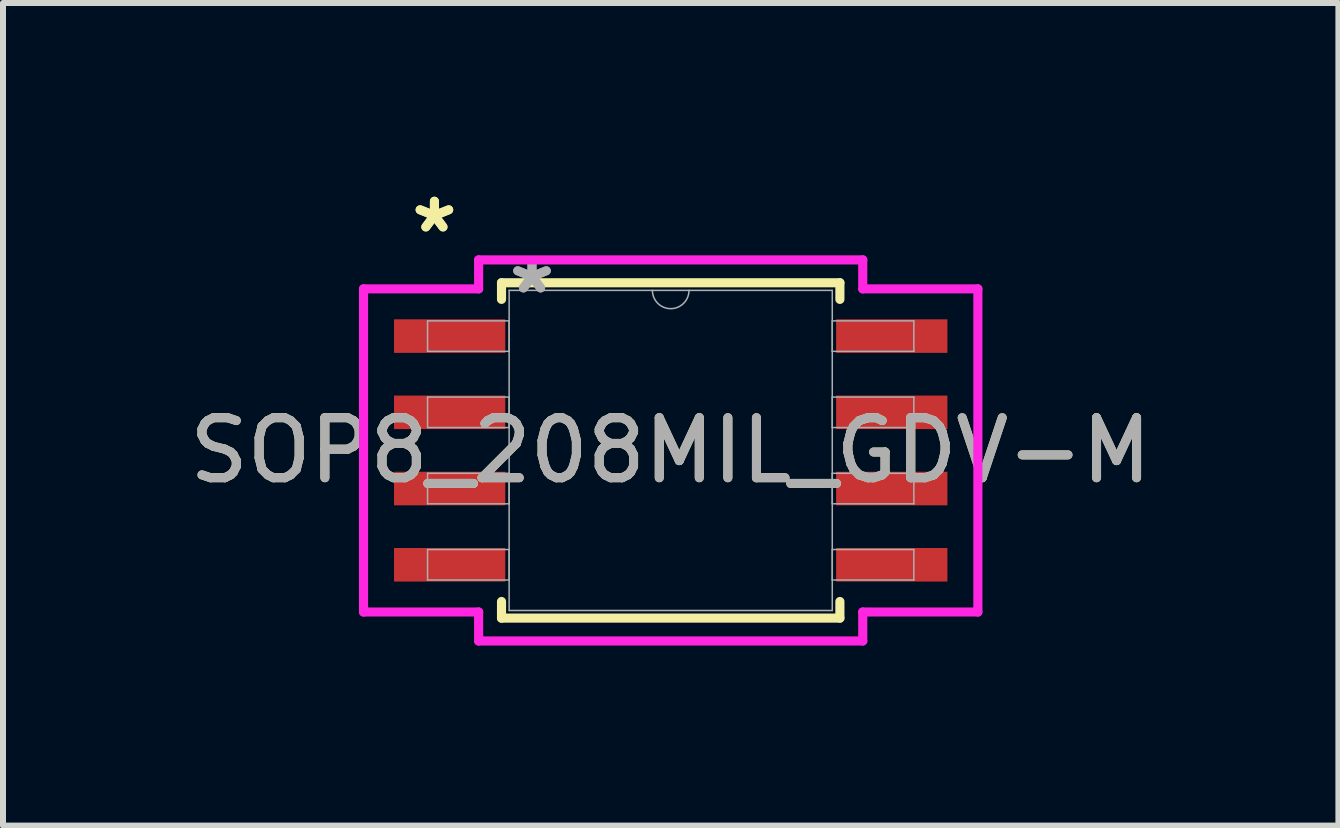
<source format=kicad_pcb>
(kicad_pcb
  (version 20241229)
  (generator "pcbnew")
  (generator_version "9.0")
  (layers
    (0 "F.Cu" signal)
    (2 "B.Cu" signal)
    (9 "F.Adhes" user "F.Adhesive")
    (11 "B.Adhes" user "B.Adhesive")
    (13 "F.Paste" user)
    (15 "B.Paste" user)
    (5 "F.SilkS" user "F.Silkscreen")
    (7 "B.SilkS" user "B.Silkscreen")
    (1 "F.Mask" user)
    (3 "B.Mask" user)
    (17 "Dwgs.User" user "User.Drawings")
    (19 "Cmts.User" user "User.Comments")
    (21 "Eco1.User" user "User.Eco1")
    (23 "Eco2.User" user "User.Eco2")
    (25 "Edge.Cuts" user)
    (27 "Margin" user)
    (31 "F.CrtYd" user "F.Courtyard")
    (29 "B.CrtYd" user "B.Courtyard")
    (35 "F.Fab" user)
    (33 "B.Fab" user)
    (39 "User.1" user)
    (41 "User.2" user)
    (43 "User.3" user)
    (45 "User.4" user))
  (footprint "SOP8_208MIL_GDV-M"
    (layer "F.Cu")
    (at 8.125 4.455)
    (property "Reference" "SOP8_208MIL_GDV-M" (at 0 0 0) (unlocked yes) (layer "F.SilkS") (effects (font (size 1 1) (thickness 0.15))))
    (attr smd)
    (fp_line (start -2.819 -2.794) (end -2.819 -2.517) (stroke (width 0.152) (type solid)) (layer "F.SilkS"))
    (fp_line (start -2.819 2.517) (end -2.819 2.794) (stroke (width 0.152) (type solid)) (layer "F.SilkS"))
    (fp_line (start -2.819 2.794) (end 2.819 2.794) (stroke (width 0.152) (type solid)) (layer "F.SilkS"))
    (fp_line (start 2.819 -2.794) (end -2.819 -2.794) (stroke (width 0.152) (type solid)) (layer "F.SilkS"))
    (fp_line (start 2.819 -2.517) (end 2.819 -2.794) (stroke (width 0.152) (type solid)) (layer "F.SilkS"))
    (fp_line (start 2.819 2.794) (end 2.819 2.517) (stroke (width 0.152) (type solid)) (layer "F.SilkS"))
    (fp_line (start -5.118 -2.692) (end -3.2 -2.692) (stroke (width 0.152) (type solid)) (layer "F.CrtYd"))
    (fp_line (start -5.118 2.692) (end -5.118 -2.692) (stroke (width 0.152) (type solid)) (layer "F.CrtYd"))
    (fp_line (start -5.118 2.692) (end -3.2 2.692) (stroke (width 0.152) (type solid)) (layer "F.CrtYd"))
    (fp_line (start -3.2 -3.175) (end 3.2 -3.175) (stroke (width 0.152) (type solid)) (layer "F.CrtYd"))
    (fp_line (start -3.2 -2.692) (end -3.2 -3.175) (stroke (width 0.152) (type solid)) (layer "F.CrtYd"))
    (fp_line (start -3.2 3.175) (end -3.2 2.692) (stroke (width 0.152) (type solid)) (layer "F.CrtYd"))
    (fp_line (start 3.2 -3.175) (end 3.2 -2.692) (stroke (width 0.152) (type solid)) (layer "F.CrtYd"))
    (fp_line (start 3.2 2.692) (end 3.2 3.175) (stroke (width 0.152) (type solid)) (layer "F.CrtYd"))
    (fp_line (start 3.2 3.175) (end -3.2 3.175) (stroke (width 0.152) (type solid)) (layer "F.CrtYd"))
    (fp_line (start 5.118 -2.692) (end 3.2 -2.692) (stroke (width 0.152) (type solid)) (layer "F.CrtYd"))
    (fp_line (start 5.118 -2.692) (end 5.118 2.692) (stroke (width 0.152) (type solid)) (layer "F.CrtYd"))
    (fp_line (start 5.118 2.692) (end 3.2 2.692) (stroke (width 0.152) (type solid)) (layer "F.CrtYd"))
    (fp_line (start -4.051 -2.159) (end -4.051 -1.651) (stroke (width 0.025) (type solid)) (layer "F.Fab"))
    (fp_line (start -4.051 -1.651) (end -2.692 -1.651) (stroke (width 0.025) (type solid)) (layer "F.Fab"))
    (fp_line (start -4.051 -0.889) (end -4.051 -0.381) (stroke (width 0.025) (type solid)) (layer "F.Fab"))
    (fp_line (start -4.051 -0.381) (end -2.692 -0.381) (stroke (width 0.025) (type solid)) (layer "F.Fab"))
    (fp_line (start -4.051 0.381) (end -4.051 0.889) (stroke (width 0.025) (type solid)) (layer "F.Fab"))
    (fp_line (start -4.051 0.889) (end -2.692 0.889) (stroke (width 0.025) (type solid)) (layer "F.Fab"))
    (fp_line (start -4.051 1.651) (end -4.051 2.159) (stroke (width 0.025) (type solid)) (layer "F.Fab"))
    (fp_line (start -4.051 2.159) (end -2.692 2.159) (stroke (width 0.025) (type solid)) (layer "F.Fab"))
    (fp_line (start -2.692 -2.667) (end -2.692 2.667) (stroke (width 0.025) (type solid)) (layer "F.Fab"))
    (fp_line (start -2.692 -2.159) (end -4.051 -2.159) (stroke (width 0.025) (type solid)) (layer "F.Fab"))
    (fp_line (start -2.692 -1.651) (end -2.692 -2.159) (stroke (width 0.025) (type solid)) (layer "F.Fab"))
    (fp_line (start -2.692 -0.889) (end -4.051 -0.889) (stroke (width 0.025) (type solid)) (layer "F.Fab"))
    (fp_line (start -2.692 -0.381) (end -2.692 -0.889) (stroke (width 0.025) (type solid)) (layer "F.Fab"))
    (fp_line (start -2.692 0.381) (end -4.051 0.381) (stroke (width 0.025) (type solid)) (layer "F.Fab"))
    (fp_line (start -2.692 0.889) (end -2.692 0.381) (stroke (width 0.025) (type solid)) (layer "F.Fab"))
    (fp_line (start -2.692 1.651) (end -4.051 1.651) (stroke (width 0.025) (type solid)) (layer "F.Fab"))
    (fp_line (start -2.692 2.159) (end -2.692 1.651) (stroke (width 0.025) (type solid)) (layer "F.Fab"))
    (fp_line (start -2.692 2.667) (end 2.692 2.667) (stroke (width 0.025) (type solid)) (layer "F.Fab"))
    (fp_line (start 2.692 -2.667) (end -2.692 -2.667) (stroke (width 0.025) (type solid)) (layer "F.Fab"))
    (fp_line (start 2.692 -2.159) (end 2.692 -1.651) (stroke (width 0.025) (type solid)) (layer "F.Fab"))
    (fp_line (start 2.692 -1.651) (end 4.051 -1.651) (stroke (width 0.025) (type solid)) (layer "F.Fab"))
    (fp_line (start 2.692 -0.889) (end 2.692 -0.381) (stroke (width 0.025) (type solid)) (layer "F.Fab"))
    (fp_line (start 2.692 -0.381) (end 4.051 -0.381) (stroke (width 0.025) (type solid)) (layer "F.Fab"))
    (fp_line (start 2.692 0.381) (end 2.692 0.889) (stroke (width 0.025) (type solid)) (layer "F.Fab"))
    (fp_line (start 2.692 0.889) (end 4.051 0.889) (stroke (width 0.025) (type solid)) (layer "F.Fab"))
    (fp_line (start 2.692 1.651) (end 2.692 2.159) (stroke (width 0.025) (type solid)) (layer "F.Fab"))
    (fp_line (start 2.692 2.159) (end 4.051 2.159) (stroke (width 0.025) (type solid)) (layer "F.Fab"))
    (fp_line (start 2.692 2.667) (end 2.692 -2.667) (stroke (width 0.025) (type solid)) (layer "F.Fab"))
    (fp_line (start 4.051 -2.159) (end 2.692 -2.159) (stroke (width 0.025) (type solid)) (layer "F.Fab"))
    (fp_line (start 4.051 -1.651) (end 4.051 -2.159) (stroke (width 0.025) (type solid)) (layer "F.Fab"))
    (fp_line (start 4.051 -0.889) (end 2.692 -0.889) (stroke (width 0.025) (type solid)) (layer "F.Fab"))
    (fp_line (start 4.051 -0.381) (end 4.051 -0.889) (stroke (width 0.025) (type solid)) (layer "F.Fab"))
    (fp_line (start 4.051 0.381) (end 2.692 0.381) (stroke (width 0.025) (type solid)) (layer "F.Fab"))
    (fp_line (start 4.051 0.889) (end 4.051 0.381) (stroke (width 0.025) (type solid)) (layer "F.Fab"))
    (fp_line (start 4.051 1.651) (end 2.692 1.651) (stroke (width 0.025) (type solid)) (layer "F.Fab"))
    (fp_line (start 4.051 2.159) (end 4.051 1.651) (stroke (width 0.025) (type solid)) (layer "F.Fab"))
    (fp_arc (start 0.3048 -2.667) (mid 0 -2.3622) (end -0.3048 -2.667) (stroke (width 0.0254) (type solid)) (layer "F.Fab"))
    (fp_text user "*" (at -3.937 -3.607 0) (unlocked yes) (layer "F.SilkS") (effects (font (size 1 1) (thickness 0.15))))
    (fp_text user "*" (at -3.937 -3.607 0) (layer "F.SilkS") (effects (font (size 1 1) (thickness 0.15))))
    (fp_text user "*" (at -2.311 -2.591 0) (unlocked yes) (layer "F.Fab") (effects (font (size 1 1) (thickness 0.15))))
    (fp_text user "${REFERENCE}" (at 0 0 0) (unlocked yes) (layer "F.Fab") (effects (font (size 1 1) (thickness 0.15))))
    (fp_text user "*" (at -2.311 -2.591 0) (layer "F.Fab") (effects (font (size 1 1) (thickness 0.15))))
    (pad "1" smd rect (at -3.683 -1.905) (size 1.854 0.559) (layers "F.Cu" "F.Mask" "F.Paste"))
    (pad "2" smd rect (at -3.683 -0.635) (size 1.854 0.559) (layers "F.Cu" "F.Mask" "F.Paste"))
    (pad "3" smd rect (at -3.683 0.635) (size 1.854 0.559) (layers "F.Cu" "F.Mask" "F.Paste"))
    (pad "4" smd rect (at -3.683 1.905) (size 1.854 0.559) (layers "F.Cu" "F.Mask" "F.Paste"))
    (pad "5" smd rect (at 3.683 1.905) (size 1.854 0.559) (layers "F.Cu" "F.Mask" "F.Paste"))
    (pad "6" smd rect (at 3.683 0.635) (size 1.854 0.559) (layers "F.Cu" "F.Mask" "F.Paste"))
    (pad "7" smd rect (at 3.683 -0.635) (size 1.854 0.559) (layers "F.Cu" "F.Mask" "F.Paste"))
    (pad "8" smd rect (at 3.683 -1.905) (size 1.854 0.559) (layers "F.Cu" "F.Mask" "F.Paste")))
  (gr_rect
    (start -3 -3)
    (end 19.25 10.706)
    (stroke (width 0.1) (type default))
    (fill no)
    (layer "Edge.Cuts")))
</source>
